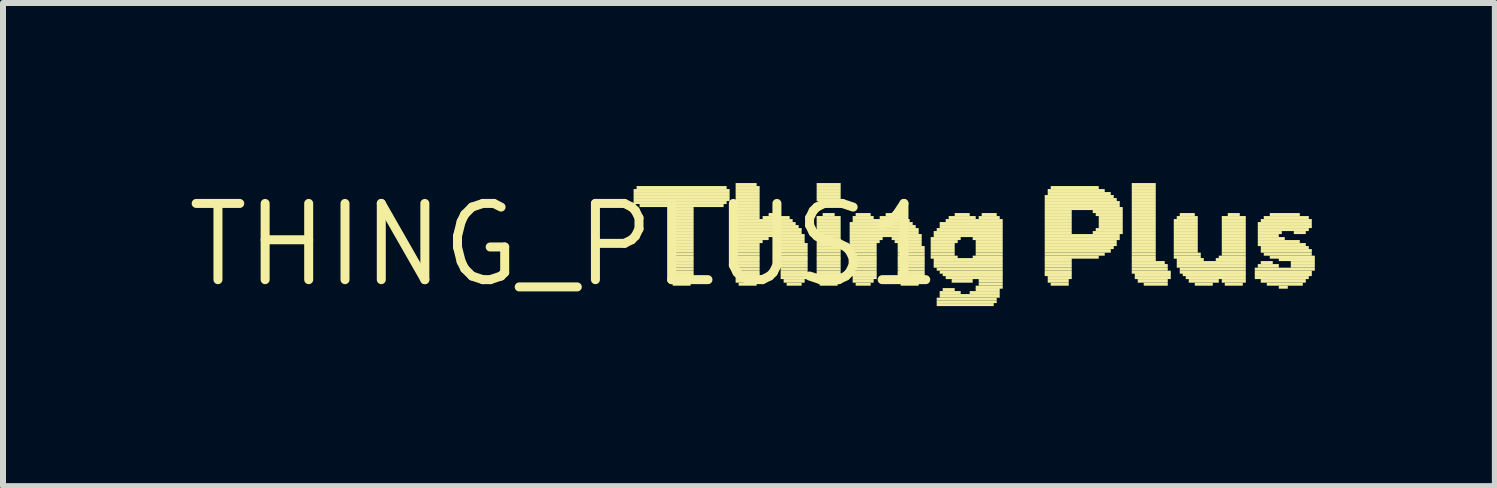
<source format=kicad_pcb>
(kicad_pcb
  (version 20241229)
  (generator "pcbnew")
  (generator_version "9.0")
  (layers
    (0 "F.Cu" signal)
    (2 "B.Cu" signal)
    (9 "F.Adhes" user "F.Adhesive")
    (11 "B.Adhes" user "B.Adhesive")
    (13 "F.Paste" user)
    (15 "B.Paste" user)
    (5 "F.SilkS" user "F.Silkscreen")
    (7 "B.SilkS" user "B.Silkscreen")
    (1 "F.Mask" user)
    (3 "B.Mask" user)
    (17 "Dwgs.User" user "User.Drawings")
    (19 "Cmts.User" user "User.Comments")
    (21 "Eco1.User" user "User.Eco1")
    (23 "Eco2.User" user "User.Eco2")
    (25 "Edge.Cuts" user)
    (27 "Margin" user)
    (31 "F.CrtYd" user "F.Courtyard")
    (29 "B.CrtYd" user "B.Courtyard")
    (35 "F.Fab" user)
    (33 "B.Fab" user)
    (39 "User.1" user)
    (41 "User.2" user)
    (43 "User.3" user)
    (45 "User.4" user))
  (footprint "THING_PLUS1"
    (layer "F.Cu")
    (at 6.357 1.03)
    (property "Reference" "THING_PLUS1" (at 0 0 0) (layer "F.SilkS") (effects (font (size 1.27 1.27) (thickness 0.15))))
    (fp_poly (pts (xy 1.15 -0.88) (xy 2.75 -0.88) (xy 2.75 -0.93) (xy 1.15 -0.93)) (stroke (width 0) (type default)) (fill yes) (layer "F.SilkS"))
    (fp_poly (pts (xy 1.15 -0.83) (xy 2.75 -0.83) (xy 2.75 -0.88) (xy 1.15 -0.88)) (stroke (width 0) (type default)) (fill yes) (layer "F.SilkS"))
    (fp_poly (pts (xy 1.15 -0.78) (xy 2.75 -0.78) (xy 2.75 -0.83) (xy 1.15 -0.83)) (stroke (width 0) (type default)) (fill yes) (layer "F.SilkS"))
    (fp_poly (pts (xy 1.15 -0.73) (xy 2.75 -0.73) (xy 2.75 -0.78) (xy 1.15 -0.78)) (stroke (width 0) (type default)) (fill yes) (layer "F.SilkS"))
    (fp_poly (pts (xy 1.15 -0.68) (xy 2.7 -0.68) (xy 2.7 -0.73) (xy 1.15 -0.73)) (stroke (width 0) (type default)) (fill yes) (layer "F.SilkS"))
    (fp_poly (pts (xy 1.2 -0.93) (xy 2.7 -0.93) (xy 2.7 -0.98) (xy 1.2 -0.98)) (stroke (width 0) (type default)) (fill yes) (layer "F.SilkS"))
    (fp_poly (pts (xy 1.25 -0.63) (xy 2.65 -0.63) (xy 2.65 -0.68) (xy 1.25 -0.68)) (stroke (width 0) (type default)) (fill yes) (layer "F.SilkS"))
    (fp_poly (pts (xy 1.75 -0.58) (xy 2.15 -0.58) (xy 2.15 -0.63) (xy 1.75 -0.63)) (stroke (width 0) (type default)) (fill yes) (layer "F.SilkS"))
    (fp_poly (pts (xy 1.75 -0.53) (xy 2.15 -0.53) (xy 2.15 -0.58) (xy 1.75 -0.58)) (stroke (width 0) (type default)) (fill yes) (layer "F.SilkS"))
    (fp_poly (pts (xy 1.75 -0.48) (xy 2.15 -0.48) (xy 2.15 -0.53) (xy 1.75 -0.53)) (stroke (width 0) (type default)) (fill yes) (layer "F.SilkS"))
    (fp_poly (pts (xy 1.75 -0.43) (xy 2.15 -0.43) (xy 2.15 -0.48) (xy 1.75 -0.48)) (stroke (width 0) (type default)) (fill yes) (layer "F.SilkS"))
    (fp_poly (pts (xy 1.75 -0.38) (xy 2.15 -0.38) (xy 2.15 -0.43) (xy 1.75 -0.43)) (stroke (width 0) (type default)) (fill yes) (layer "F.SilkS"))
    (fp_poly (pts (xy 1.75 -0.33) (xy 2.15 -0.33) (xy 2.15 -0.38) (xy 1.75 -0.38)) (stroke (width 0) (type default)) (fill yes) (layer "F.SilkS"))
    (fp_poly (pts (xy 1.75 -0.28) (xy 2.15 -0.28) (xy 2.15 -0.33) (xy 1.75 -0.33)) (stroke (width 0) (type default)) (fill yes) (layer "F.SilkS"))
    (fp_poly (pts (xy 1.75 -0.23) (xy 2.15 -0.23) (xy 2.15 -0.28) (xy 1.75 -0.28)) (stroke (width 0) (type default)) (fill yes) (layer "F.SilkS"))
    (fp_poly (pts (xy 1.75 -0.18) (xy 2.15 -0.18) (xy 2.15 -0.23) (xy 1.75 -0.23)) (stroke (width 0) (type default)) (fill yes) (layer "F.SilkS"))
    (fp_poly (pts (xy 1.75 -0.13) (xy 2.15 -0.13) (xy 2.15 -0.18) (xy 1.75 -0.18)) (stroke (width 0) (type default)) (fill yes) (layer "F.SilkS"))
    (fp_poly (pts (xy 1.75 -0.08) (xy 2.15 -0.08) (xy 2.15 -0.13) (xy 1.75 -0.13)) (stroke (width 0) (type default)) (fill yes) (layer "F.SilkS"))
    (fp_poly (pts (xy 1.75 -0.03) (xy 2.15 -0.03) (xy 2.15 -0.08) (xy 1.75 -0.08)) (stroke (width 0) (type default)) (fill yes) (layer "F.SilkS"))
    (fp_poly (pts (xy 1.75 0.02) (xy 2.15 0.02) (xy 2.15 -0.03) (xy 1.75 -0.03)) (stroke (width 0) (type default)) (fill yes) (layer "F.SilkS"))
    (fp_poly (pts (xy 1.75 0.07) (xy 2.15 0.07) (xy 2.15 0.02) (xy 1.75 0.02)) (stroke (width 0) (type default)) (fill yes) (layer "F.SilkS"))
    (fp_poly (pts (xy 1.75 0.13) (xy 2.15 0.13) (xy 2.15 0.07) (xy 1.75 0.07)) (stroke (width 0) (type default)) (fill yes) (layer "F.SilkS"))
    (fp_poly (pts (xy 1.75 0.18) (xy 2.15 0.18) (xy 2.15 0.13) (xy 1.75 0.13)) (stroke (width 0) (type default)) (fill yes) (layer "F.SilkS"))
    (fp_poly (pts (xy 1.75 0.23) (xy 2.15 0.23) (xy 2.15 0.18) (xy 1.75 0.18)) (stroke (width 0) (type default)) (fill yes) (layer "F.SilkS"))
    (fp_poly (pts (xy 1.75 0.27) (xy 2.15 0.27) (xy 2.15 0.22) (xy 1.75 0.22)) (stroke (width 0) (type default)) (fill yes) (layer "F.SilkS"))
    (fp_poly (pts (xy 1.75 0.32) (xy 2.15 0.32) (xy 2.15 0.27) (xy 1.75 0.27)) (stroke (width 0) (type default)) (fill yes) (layer "F.SilkS"))
    (fp_poly (pts (xy 1.75 0.38) (xy 2.15 0.38) (xy 2.15 0.32) (xy 1.75 0.32)) (stroke (width 0) (type default)) (fill yes) (layer "F.SilkS"))
    (fp_poly (pts (xy 1.75 0.43) (xy 2.15 0.43) (xy 2.15 0.38) (xy 1.75 0.38)) (stroke (width 0) (type default)) (fill yes) (layer "F.SilkS"))
    (fp_poly (pts (xy 1.75 0.48) (xy 2.15 0.48) (xy 2.15 0.43) (xy 1.75 0.43)) (stroke (width 0) (type default)) (fill yes) (layer "F.SilkS"))
    (fp_poly (pts (xy 1.75 0.52) (xy 2.15 0.52) (xy 2.15 0.47) (xy 1.75 0.47)) (stroke (width 0) (type default)) (fill yes) (layer "F.SilkS"))
    (fp_poly (pts (xy 1.75 0.57) (xy 2.15 0.57) (xy 2.15 0.52) (xy 1.75 0.52)) (stroke (width 0) (type default)) (fill yes) (layer "F.SilkS"))
    (fp_poly (pts (xy 1.75 0.63) (xy 2.15 0.63) (xy 2.15 0.57) (xy 1.75 0.57)) (stroke (width 0) (type default)) (fill yes) (layer "F.SilkS"))
    (fp_poly (pts (xy 1.8 0.68) (xy 2.1 0.68) (xy 2.1 0.63) (xy 1.8 0.63)) (stroke (width 0) (type default)) (fill yes) (layer "F.SilkS"))
    (fp_poly (pts (xy 2.85 -0.98) (xy 3.2 -0.98) (xy 3.2 -1.03) (xy 2.85 -1.03)) (stroke (width 0) (type default)) (fill yes) (layer "F.SilkS"))
    (fp_poly (pts (xy 2.85 -0.93) (xy 3.25 -0.93) (xy 3.25 -0.98) (xy 2.85 -0.98)) (stroke (width 0) (type default)) (fill yes) (layer "F.SilkS"))
    (fp_poly (pts (xy 2.85 -0.88) (xy 3.25 -0.88) (xy 3.25 -0.93) (xy 2.85 -0.93)) (stroke (width 0) (type default)) (fill yes) (layer "F.SilkS"))
    (fp_poly (pts (xy 2.85 -0.83) (xy 3.25 -0.83) (xy 3.25 -0.88) (xy 2.85 -0.88)) (stroke (width 0) (type default)) (fill yes) (layer "F.SilkS"))
    (fp_poly (pts (xy 2.85 -0.78) (xy 3.25 -0.78) (xy 3.25 -0.83) (xy 2.85 -0.83)) (stroke (width 0) (type default)) (fill yes) (layer "F.SilkS"))
    (fp_poly (pts (xy 2.85 -0.73) (xy 3.25 -0.73) (xy 3.25 -0.78) (xy 2.85 -0.78)) (stroke (width 0) (type default)) (fill yes) (layer "F.SilkS"))
    (fp_poly (pts (xy 2.85 -0.68) (xy 3.25 -0.68) (xy 3.25 -0.73) (xy 2.85 -0.73)) (stroke (width 0) (type default)) (fill yes) (layer "F.SilkS"))
    (fp_poly (pts (xy 2.85 -0.63) (xy 3.25 -0.63) (xy 3.25 -0.68) (xy 2.85 -0.68)) (stroke (width 0) (type default)) (fill yes) (layer "F.SilkS"))
    (fp_poly (pts (xy 2.85 -0.58) (xy 3.25 -0.58) (xy 3.25 -0.63) (xy 2.85 -0.63)) (stroke (width 0) (type default)) (fill yes) (layer "F.SilkS"))
    (fp_poly (pts (xy 2.85 -0.53) (xy 3.25 -0.53) (xy 3.25 -0.58) (xy 2.85 -0.58)) (stroke (width 0) (type default)) (fill yes) (layer "F.SilkS"))
    (fp_poly (pts (xy 2.85 -0.48) (xy 3.25 -0.48) (xy 3.25 -0.53) (xy 2.85 -0.53)) (stroke (width 0) (type default)) (fill yes) (layer "F.SilkS"))
    (fp_poly (pts (xy 2.85 -0.43) (xy 3.25 -0.43) (xy 3.25 -0.48) (xy 2.85 -0.48)) (stroke (width 0) (type default)) (fill yes) (layer "F.SilkS"))
    (fp_poly (pts (xy 2.85 -0.38) (xy 3.8 -0.38) (xy 3.8 -0.43) (xy 2.85 -0.43)) (stroke (width 0) (type default)) (fill yes) (layer "F.SilkS"))
    (fp_poly (pts (xy 2.85 -0.33) (xy 3.85 -0.33) (xy 3.85 -0.38) (xy 2.85 -0.38)) (stroke (width 0) (type default)) (fill yes) (layer "F.SilkS"))
    (fp_poly (pts (xy 2.85 -0.28) (xy 3.9 -0.28) (xy 3.9 -0.33) (xy 2.85 -0.33)) (stroke (width 0) (type default)) (fill yes) (layer "F.SilkS"))
    (fp_poly (pts (xy 2.85 -0.23) (xy 3.95 -0.23) (xy 3.95 -0.28) (xy 2.85 -0.28)) (stroke (width 0) (type default)) (fill yes) (layer "F.SilkS"))
    (fp_poly (pts (xy 2.85 -0.18) (xy 3.95 -0.18) (xy 3.95 -0.23) (xy 2.85 -0.23)) (stroke (width 0) (type default)) (fill yes) (layer "F.SilkS"))
    (fp_poly (pts (xy 2.85 -0.13) (xy 4 -0.13) (xy 4 -0.18) (xy 2.85 -0.18)) (stroke (width 0) (type default)) (fill yes) (layer "F.SilkS"))
    (fp_poly (pts (xy 2.85 -0.08) (xy 3.4 -0.08) (xy 3.4 -0.13) (xy 2.85 -0.13)) (stroke (width 0) (type default)) (fill yes) (layer "F.SilkS"))
    (fp_poly (pts (xy 2.85 -0.03) (xy 3.3 -0.03) (xy 3.3 -0.08) (xy 2.85 -0.08)) (stroke (width 0) (type default)) (fill yes) (layer "F.SilkS"))
    (fp_poly (pts (xy 2.85 0.02) (xy 3.25 0.02) (xy 3.25 -0.03) (xy 2.85 -0.03)) (stroke (width 0) (type default)) (fill yes) (layer "F.SilkS"))
    (fp_poly (pts (xy 2.85 0.07) (xy 3.25 0.07) (xy 3.25 0.02) (xy 2.85 0.02)) (stroke (width 0) (type default)) (fill yes) (layer "F.SilkS"))
    (fp_poly (pts (xy 2.85 0.13) (xy 3.25 0.13) (xy 3.25 0.07) (xy 2.85 0.07)) (stroke (width 0) (type default)) (fill yes) (layer "F.SilkS"))
    (fp_poly (pts (xy 2.85 0.18) (xy 3.25 0.18) (xy 3.25 0.13) (xy 2.85 0.13)) (stroke (width 0) (type default)) (fill yes) (layer "F.SilkS"))
    (fp_poly (pts (xy 2.85 0.23) (xy 3.25 0.23) (xy 3.25 0.18) (xy 2.85 0.18)) (stroke (width 0) (type default)) (fill yes) (layer "F.SilkS"))
    (fp_poly (pts (xy 2.85 0.27) (xy 3.25 0.27) (xy 3.25 0.22) (xy 2.85 0.22)) (stroke (width 0) (type default)) (fill yes) (layer "F.SilkS"))
    (fp_poly (pts (xy 2.85 0.32) (xy 3.25 0.32) (xy 3.25 0.27) (xy 2.85 0.27)) (stroke (width 0) (type default)) (fill yes) (layer "F.SilkS"))
    (fp_poly (pts (xy 2.85 0.38) (xy 3.25 0.38) (xy 3.25 0.32) (xy 2.85 0.32)) (stroke (width 0) (type default)) (fill yes) (layer "F.SilkS"))
    (fp_poly (pts (xy 2.85 0.43) (xy 3.25 0.43) (xy 3.25 0.38) (xy 2.85 0.38)) (stroke (width 0) (type default)) (fill yes) (layer "F.SilkS"))
    (fp_poly (pts (xy 2.85 0.48) (xy 3.25 0.48) (xy 3.25 0.43) (xy 2.85 0.43)) (stroke (width 0) (type default)) (fill yes) (layer "F.SilkS"))
    (fp_poly (pts (xy 2.85 0.52) (xy 3.25 0.52) (xy 3.25 0.47) (xy 2.85 0.47)) (stroke (width 0) (type default)) (fill yes) (layer "F.SilkS"))
    (fp_poly (pts (xy 2.85 0.57) (xy 3.25 0.57) (xy 3.25 0.52) (xy 2.85 0.52)) (stroke (width 0) (type default)) (fill yes) (layer "F.SilkS"))
    (fp_poly (pts (xy 2.85 0.63) (xy 3.25 0.63) (xy 3.25 0.57) (xy 2.85 0.57)) (stroke (width 0) (type default)) (fill yes) (layer "F.SilkS"))
    (fp_poly (pts (xy 2.9 0.68) (xy 3.2 0.68) (xy 3.2 0.63) (xy 2.9 0.63)) (stroke (width 0) (type default)) (fill yes) (layer "F.SilkS"))
    (fp_poly (pts (xy 3.3 -0.43) (xy 3.75 -0.43) (xy 3.75 -0.48) (xy 3.3 -0.48)) (stroke (width 0) (type default)) (fill yes) (layer "F.SilkS"))
    (fp_poly (pts (xy 3.4 -0.48) (xy 3.6 -0.48) (xy 3.6 -0.53) (xy 3.4 -0.53)) (stroke (width 0) (type default)) (fill yes) (layer "F.SilkS"))
    (fp_poly (pts (xy 3.5 -0.08) (xy 4 -0.08) (xy 4 -0.13) (xy 3.5 -0.13)) (stroke (width 0) (type default)) (fill yes) (layer "F.SilkS"))
    (fp_poly (pts (xy 3.55 -0.03) (xy 4 -0.03) (xy 4 -0.08) (xy 3.55 -0.08)) (stroke (width 0) (type default)) (fill yes) (layer "F.SilkS"))
    (fp_poly (pts (xy 3.6 0.02) (xy 4.05 0.02) (xy 4.05 -0.03) (xy 3.6 -0.03)) (stroke (width 0) (type default)) (fill yes) (layer "F.SilkS"))
    (fp_poly (pts (xy 3.6 0.07) (xy 4.05 0.07) (xy 4.05 0.02) (xy 3.6 0.02)) (stroke (width 0) (type default)) (fill yes) (layer "F.SilkS"))
    (fp_poly (pts (xy 3.6 0.13) (xy 4.05 0.13) (xy 4.05 0.07) (xy 3.6 0.07)) (stroke (width 0) (type default)) (fill yes) (layer "F.SilkS"))
    (fp_poly (pts (xy 3.6 0.18) (xy 4.05 0.18) (xy 4.05 0.13) (xy 3.6 0.13)) (stroke (width 0) (type default)) (fill yes) (layer "F.SilkS"))
    (fp_poly (pts (xy 3.6 0.23) (xy 4.05 0.23) (xy 4.05 0.18) (xy 3.6 0.18)) (stroke (width 0) (type default)) (fill yes) (layer "F.SilkS"))
    (fp_poly (pts (xy 3.6 0.27) (xy 4.05 0.27) (xy 4.05 0.22) (xy 3.6 0.22)) (stroke (width 0) (type default)) (fill yes) (layer "F.SilkS"))
    (fp_poly (pts (xy 3.6 0.32) (xy 4.05 0.32) (xy 4.05 0.27) (xy 3.6 0.27)) (stroke (width 0) (type default)) (fill yes) (layer "F.SilkS"))
    (fp_poly (pts (xy 3.6 0.38) (xy 4.05 0.38) (xy 4.05 0.32) (xy 3.6 0.32)) (stroke (width 0) (type default)) (fill yes) (layer "F.SilkS"))
    (fp_poly (pts (xy 3.6 0.43) (xy 4.05 0.43) (xy 4.05 0.38) (xy 3.6 0.38)) (stroke (width 0) (type default)) (fill yes) (layer "F.SilkS"))
    (fp_poly (pts (xy 3.6 0.48) (xy 4.05 0.48) (xy 4.05 0.43) (xy 3.6 0.43)) (stroke (width 0) (type default)) (fill yes) (layer "F.SilkS"))
    (fp_poly (pts (xy 3.6 0.52) (xy 4.05 0.52) (xy 4.05 0.47) (xy 3.6 0.47)) (stroke (width 0) (type default)) (fill yes) (layer "F.SilkS"))
    (fp_poly (pts (xy 3.6 0.57) (xy 4.05 0.57) (xy 4.05 0.52) (xy 3.6 0.52)) (stroke (width 0) (type default)) (fill yes) (layer "F.SilkS"))
    (fp_poly (pts (xy 3.65 0.63) (xy 4 0.63) (xy 4 0.57) (xy 3.65 0.57)) (stroke (width 0) (type default)) (fill yes) (layer "F.SilkS"))
    (fp_poly (pts (xy 3.7 0.68) (xy 3.95 0.68) (xy 3.95 0.63) (xy 3.7 0.63)) (stroke (width 0) (type default)) (fill yes) (layer "F.SilkS"))
    (fp_poly (pts (xy 4.2 -0.98) (xy 4.6 -0.98) (xy 4.6 -1.03) (xy 4.2 -1.03)) (stroke (width 0) (type default)) (fill yes) (layer "F.SilkS"))
    (fp_poly (pts (xy 4.2 -0.93) (xy 4.6 -0.93) (xy 4.6 -0.98) (xy 4.2 -0.98)) (stroke (width 0) (type default)) (fill yes) (layer "F.SilkS"))
    (fp_poly (pts (xy 4.2 -0.88) (xy 4.6 -0.88) (xy 4.6 -0.93) (xy 4.2 -0.93)) (stroke (width 0) (type default)) (fill yes) (layer "F.SilkS"))
    (fp_poly (pts (xy 4.2 -0.83) (xy 4.6 -0.83) (xy 4.6 -0.88) (xy 4.2 -0.88)) (stroke (width 0) (type default)) (fill yes) (layer "F.SilkS"))
    (fp_poly (pts (xy 4.2 -0.78) (xy 4.6 -0.78) (xy 4.6 -0.83) (xy 4.2 -0.83)) (stroke (width 0) (type default)) (fill yes) (layer "F.SilkS"))
    (fp_poly (pts (xy 4.2 -0.73) (xy 4.6 -0.73) (xy 4.6 -0.78) (xy 4.2 -0.78)) (stroke (width 0) (type default)) (fill yes) (layer "F.SilkS"))
    (fp_poly (pts (xy 4.2 -0.43) (xy 4.6 -0.43) (xy 4.6 -0.48) (xy 4.2 -0.48)) (stroke (width 0) (type default)) (fill yes) (layer "F.SilkS"))
    (fp_poly (pts (xy 4.2 -0.38) (xy 4.6 -0.38) (xy 4.6 -0.43) (xy 4.2 -0.43)) (stroke (width 0) (type default)) (fill yes) (layer "F.SilkS"))
    (fp_poly (pts (xy 4.2 -0.33) (xy 4.6 -0.33) (xy 4.6 -0.38) (xy 4.2 -0.38)) (stroke (width 0) (type default)) (fill yes) (layer "F.SilkS"))
    (fp_poly (pts (xy 4.2 -0.28) (xy 4.6 -0.28) (xy 4.6 -0.33) (xy 4.2 -0.33)) (stroke (width 0) (type default)) (fill yes) (layer "F.SilkS"))
    (fp_poly (pts (xy 4.2 -0.23) (xy 4.6 -0.23) (xy 4.6 -0.28) (xy 4.2 -0.28)) (stroke (width 0) (type default)) (fill yes) (layer "F.SilkS"))
    (fp_poly (pts (xy 4.2 -0.18) (xy 4.6 -0.18) (xy 4.6 -0.23) (xy 4.2 -0.23)) (stroke (width 0) (type default)) (fill yes) (layer "F.SilkS"))
    (fp_poly (pts (xy 4.2 -0.13) (xy 4.6 -0.13) (xy 4.6 -0.18) (xy 4.2 -0.18)) (stroke (width 0) (type default)) (fill yes) (layer "F.SilkS"))
    (fp_poly (pts (xy 4.2 -0.08) (xy 4.6 -0.08) (xy 4.6 -0.13) (xy 4.2 -0.13)) (stroke (width 0) (type default)) (fill yes) (layer "F.SilkS"))
    (fp_poly (pts (xy 4.2 -0.03) (xy 4.6 -0.03) (xy 4.6 -0.08) (xy 4.2 -0.08)) (stroke (width 0) (type default)) (fill yes) (layer "F.SilkS"))
    (fp_poly (pts (xy 4.2 0.02) (xy 4.6 0.02) (xy 4.6 -0.03) (xy 4.2 -0.03)) (stroke (width 0) (type default)) (fill yes) (layer "F.SilkS"))
    (fp_poly (pts (xy 4.2 0.07) (xy 4.6 0.07) (xy 4.6 0.02) (xy 4.2 0.02)) (stroke (width 0) (type default)) (fill yes) (layer "F.SilkS"))
    (fp_poly (pts (xy 4.2 0.13) (xy 4.6 0.13) (xy 4.6 0.07) (xy 4.2 0.07)) (stroke (width 0) (type default)) (fill yes) (layer "F.SilkS"))
    (fp_poly (pts (xy 4.2 0.18) (xy 4.6 0.18) (xy 4.6 0.13) (xy 4.2 0.13)) (stroke (width 0) (type default)) (fill yes) (layer "F.SilkS"))
    (fp_poly (pts (xy 4.2 0.23) (xy 4.6 0.23) (xy 4.6 0.18) (xy 4.2 0.18)) (stroke (width 0) (type default)) (fill yes) (layer "F.SilkS"))
    (fp_poly (pts (xy 4.2 0.27) (xy 4.6 0.27) (xy 4.6 0.22) (xy 4.2 0.22)) (stroke (width 0) (type default)) (fill yes) (layer "F.SilkS"))
    (fp_poly (pts (xy 4.2 0.32) (xy 4.6 0.32) (xy 4.6 0.27) (xy 4.2 0.27)) (stroke (width 0) (type default)) (fill yes) (layer "F.SilkS"))
    (fp_poly (pts (xy 4.2 0.38) (xy 4.6 0.38) (xy 4.6 0.32) (xy 4.2 0.32)) (stroke (width 0) (type default)) (fill yes) (layer "F.SilkS"))
    (fp_poly (pts (xy 4.2 0.43) (xy 4.6 0.43) (xy 4.6 0.38) (xy 4.2 0.38)) (stroke (width 0) (type default)) (fill yes) (layer "F.SilkS"))
    (fp_poly (pts (xy 4.2 0.48) (xy 4.6 0.48) (xy 4.6 0.43) (xy 4.2 0.43)) (stroke (width 0) (type default)) (fill yes) (layer "F.SilkS"))
    (fp_poly (pts (xy 4.2 0.52) (xy 4.6 0.52) (xy 4.6 0.47) (xy 4.2 0.47)) (stroke (width 0) (type default)) (fill yes) (layer "F.SilkS"))
    (fp_poly (pts (xy 4.2 0.57) (xy 4.6 0.57) (xy 4.6 0.52) (xy 4.2 0.52)) (stroke (width 0) (type default)) (fill yes) (layer "F.SilkS"))
    (fp_poly (pts (xy 4.2 0.63) (xy 4.6 0.63) (xy 4.6 0.57) (xy 4.2 0.57)) (stroke (width 0) (type default)) (fill yes) (layer "F.SilkS"))
    (fp_poly (pts (xy 4.25 -0.68) (xy 4.55 -0.68) (xy 4.55 -0.73) (xy 4.25 -0.73)) (stroke (width 0) (type default)) (fill yes) (layer "F.SilkS"))
    (fp_poly (pts (xy 4.25 0.68) (xy 4.55 0.68) (xy 4.55 0.63) (xy 4.25 0.63)) (stroke (width 0) (type default)) (fill yes) (layer "F.SilkS"))
    (fp_poly (pts (xy 4.3 -0.48) (xy 4.5 -0.48) (xy 4.5 -0.53) (xy 4.3 -0.53)) (stroke (width 0) (type default)) (fill yes) (layer "F.SilkS"))
    (fp_poly (pts (xy 4.75 -0.33) (xy 5.8 -0.33) (xy 5.8 -0.38) (xy 4.75 -0.38)) (stroke (width 0) (type default)) (fill yes) (layer "F.SilkS"))
    (fp_poly (pts (xy 4.75 -0.28) (xy 5.85 -0.28) (xy 5.85 -0.33) (xy 4.75 -0.33)) (stroke (width 0) (type default)) (fill yes) (layer "F.SilkS"))
    (fp_poly (pts (xy 4.75 -0.23) (xy 5.9 -0.23) (xy 5.9 -0.28) (xy 4.75 -0.28)) (stroke (width 0) (type default)) (fill yes) (layer "F.SilkS"))
    (fp_poly (pts (xy 4.75 -0.18) (xy 5.9 -0.18) (xy 5.9 -0.23) (xy 4.75 -0.23)) (stroke (width 0) (type default)) (fill yes) (layer "F.SilkS"))
    (fp_poly (pts (xy 4.75 -0.13) (xy 5.95 -0.13) (xy 5.95 -0.18) (xy 4.75 -0.18)) (stroke (width 0) (type default)) (fill yes) (layer "F.SilkS"))
    (fp_poly (pts (xy 4.75 -0.08) (xy 5.3 -0.08) (xy 5.3 -0.13) (xy 4.75 -0.13)) (stroke (width 0) (type default)) (fill yes) (layer "F.SilkS"))
    (fp_poly (pts (xy 4.75 -0.03) (xy 5.25 -0.03) (xy 5.25 -0.08) (xy 4.75 -0.08)) (stroke (width 0) (type default)) (fill yes) (layer "F.SilkS"))
    (fp_poly (pts (xy 4.75 0.02) (xy 5.2 0.02) (xy 5.2 -0.03) (xy 4.75 -0.03)) (stroke (width 0) (type default)) (fill yes) (layer "F.SilkS"))
    (fp_poly (pts (xy 4.75 0.07) (xy 5.2 0.07) (xy 5.2 0.02) (xy 4.75 0.02)) (stroke (width 0) (type default)) (fill yes) (layer "F.SilkS"))
    (fp_poly (pts (xy 4.75 0.13) (xy 5.2 0.13) (xy 5.2 0.07) (xy 4.75 0.07)) (stroke (width 0) (type default)) (fill yes) (layer "F.SilkS"))
    (fp_poly (pts (xy 4.75 0.18) (xy 5.2 0.18) (xy 5.2 0.13) (xy 4.75 0.13)) (stroke (width 0) (type default)) (fill yes) (layer "F.SilkS"))
    (fp_poly (pts (xy 4.75 0.23) (xy 5.2 0.23) (xy 5.2 0.18) (xy 4.75 0.18)) (stroke (width 0) (type default)) (fill yes) (layer "F.SilkS"))
    (fp_poly (pts (xy 4.75 0.27) (xy 5.2 0.27) (xy 5.2 0.22) (xy 4.75 0.22)) (stroke (width 0) (type default)) (fill yes) (layer "F.SilkS"))
    (fp_poly (pts (xy 4.75 0.32) (xy 5.2 0.32) (xy 5.2 0.27) (xy 4.75 0.27)) (stroke (width 0) (type default)) (fill yes) (layer "F.SilkS"))
    (fp_poly (pts (xy 4.75 0.38) (xy 5.2 0.38) (xy 5.2 0.32) (xy 4.75 0.32)) (stroke (width 0) (type default)) (fill yes) (layer "F.SilkS"))
    (fp_poly (pts (xy 4.75 0.43) (xy 5.2 0.43) (xy 5.2 0.38) (xy 4.75 0.38)) (stroke (width 0) (type default)) (fill yes) (layer "F.SilkS"))
    (fp_poly (pts (xy 4.75 0.48) (xy 5.2 0.48) (xy 5.2 0.43) (xy 4.75 0.43)) (stroke (width 0) (type default)) (fill yes) (layer "F.SilkS"))
    (fp_poly (pts (xy 4.75 0.52) (xy 5.2 0.52) (xy 5.2 0.47) (xy 4.75 0.47)) (stroke (width 0) (type default)) (fill yes) (layer "F.SilkS"))
    (fp_poly (pts (xy 4.8 -0.43) (xy 5.15 -0.43) (xy 5.15 -0.48) (xy 4.8 -0.48)) (stroke (width 0) (type default)) (fill yes) (layer "F.SilkS"))
    (fp_poly (pts (xy 4.8 -0.38) (xy 5.75 -0.38) (xy 5.75 -0.43) (xy 4.8 -0.43)) (stroke (width 0) (type default)) (fill yes) (layer "F.SilkS"))
    (fp_poly (pts (xy 4.8 0.57) (xy 5.2 0.57) (xy 5.2 0.52) (xy 4.8 0.52)) (stroke (width 0) (type default)) (fill yes) (layer "F.SilkS"))
    (fp_poly (pts (xy 4.8 0.63) (xy 5.15 0.63) (xy 5.15 0.57) (xy 4.8 0.57)) (stroke (width 0) (type default)) (fill yes) (layer "F.SilkS"))
    (fp_poly (pts (xy 4.85 -0.48) (xy 5.1 -0.48) (xy 5.1 -0.53) (xy 4.85 -0.53)) (stroke (width 0) (type default)) (fill yes) (layer "F.SilkS"))
    (fp_poly (pts (xy 4.85 0.68) (xy 5.1 0.68) (xy 5.1 0.63) (xy 4.85 0.63)) (stroke (width 0) (type default)) (fill yes) (layer "F.SilkS"))
    (fp_poly (pts (xy 5.25 -0.43) (xy 5.7 -0.43) (xy 5.7 -0.48) (xy 5.25 -0.48)) (stroke (width 0) (type default)) (fill yes) (layer "F.SilkS"))
    (fp_poly (pts (xy 5.35 -0.48) (xy 5.6 -0.48) (xy 5.6 -0.53) (xy 5.35 -0.53)) (stroke (width 0) (type default)) (fill yes) (layer "F.SilkS"))
    (fp_poly (pts (xy 5.45 -0.08) (xy 5.95 -0.08) (xy 5.95 -0.13) (xy 5.45 -0.13)) (stroke (width 0) (type default)) (fill yes) (layer "F.SilkS"))
    (fp_poly (pts (xy 5.5 -0.03) (xy 5.95 -0.03) (xy 5.95 -0.08) (xy 5.5 -0.08)) (stroke (width 0) (type default)) (fill yes) (layer "F.SilkS"))
    (fp_poly (pts (xy 5.55 0.02) (xy 5.95 0.02) (xy 5.95 -0.03) (xy 5.55 -0.03)) (stroke (width 0) (type default)) (fill yes) (layer "F.SilkS"))
    (fp_poly (pts (xy 5.55 0.07) (xy 6 0.07) (xy 6 0.02) (xy 5.55 0.02)) (stroke (width 0) (type default)) (fill yes) (layer "F.SilkS"))
    (fp_poly (pts (xy 5.55 0.13) (xy 6 0.13) (xy 6 0.07) (xy 5.55 0.07)) (stroke (width 0) (type default)) (fill yes) (layer "F.SilkS"))
    (fp_poly (pts (xy 5.55 0.18) (xy 6 0.18) (xy 6 0.13) (xy 5.55 0.13)) (stroke (width 0) (type default)) (fill yes) (layer "F.SilkS"))
    (fp_poly (pts (xy 5.55 0.23) (xy 6 0.23) (xy 6 0.18) (xy 5.55 0.18)) (stroke (width 0) (type default)) (fill yes) (layer "F.SilkS"))
    (fp_poly (pts (xy 5.55 0.27) (xy 6 0.27) (xy 6 0.22) (xy 5.55 0.22)) (stroke (width 0) (type default)) (fill yes) (layer "F.SilkS"))
    (fp_poly (pts (xy 5.55 0.32) (xy 6 0.32) (xy 6 0.27) (xy 5.55 0.27)) (stroke (width 0) (type default)) (fill yes) (layer "F.SilkS"))
    (fp_poly (pts (xy 5.55 0.38) (xy 6 0.38) (xy 6 0.32) (xy 5.55 0.32)) (stroke (width 0) (type default)) (fill yes) (layer "F.SilkS"))
    (fp_poly (pts (xy 5.55 0.43) (xy 6 0.43) (xy 6 0.38) (xy 5.55 0.38)) (stroke (width 0) (type default)) (fill yes) (layer "F.SilkS"))
    (fp_poly (pts (xy 5.55 0.48) (xy 6 0.48) (xy 6 0.43) (xy 5.55 0.43)) (stroke (width 0) (type default)) (fill yes) (layer "F.SilkS"))
    (fp_poly (pts (xy 5.55 0.52) (xy 6 0.52) (xy 6 0.47) (xy 5.55 0.47)) (stroke (width 0) (type default)) (fill yes) (layer "F.SilkS"))
    (fp_poly (pts (xy 5.55 0.57) (xy 5.95 0.57) (xy 5.95 0.52) (xy 5.55 0.52)) (stroke (width 0) (type default)) (fill yes) (layer "F.SilkS"))
    (fp_poly (pts (xy 5.6 0.63) (xy 5.95 0.63) (xy 5.95 0.57) (xy 5.6 0.57)) (stroke (width 0) (type default)) (fill yes) (layer "F.SilkS"))
    (fp_poly (pts (xy 5.6 0.68) (xy 5.9 0.68) (xy 5.9 0.63) (xy 5.6 0.63)) (stroke (width 0) (type default)) (fill yes) (layer "F.SilkS"))
    (fp_poly (pts (xy 6.1 -0.08) (xy 6.6 -0.08) (xy 6.6 -0.13) (xy 6.1 -0.13)) (stroke (width 0) (type default)) (fill yes) (layer "F.SilkS"))
    (fp_poly (pts (xy 6.1 -0.03) (xy 6.55 -0.03) (xy 6.55 -0.08) (xy 6.1 -0.08)) (stroke (width 0) (type default)) (fill yes) (layer "F.SilkS"))
    (fp_poly (pts (xy 6.1 0.02) (xy 6.5 0.02) (xy 6.5 -0.03) (xy 6.1 -0.03)) (stroke (width 0) (type default)) (fill yes) (layer "F.SilkS"))
    (fp_poly (pts (xy 6.1 0.07) (xy 6.5 0.07) (xy 6.5 0.02) (xy 6.1 0.02)) (stroke (width 0) (type default)) (fill yes) (layer "F.SilkS"))
    (fp_poly (pts (xy 6.1 0.13) (xy 6.5 0.13) (xy 6.5 0.07) (xy 6.1 0.07)) (stroke (width 0) (type default)) (fill yes) (layer "F.SilkS"))
    (fp_poly (pts (xy 6.1 0.18) (xy 6.5 0.18) (xy 6.5 0.13) (xy 6.1 0.13)) (stroke (width 0) (type default)) (fill yes) (layer "F.SilkS"))
    (fp_poly (pts (xy 6.1 0.23) (xy 6.55 0.23) (xy 6.55 0.18) (xy 6.1 0.18)) (stroke (width 0) (type default)) (fill yes) (layer "F.SilkS"))
    (fp_poly (pts (xy 6.15 -0.18) (xy 7.3 -0.18) (xy 7.3 -0.23) (xy 6.15 -0.23)) (stroke (width 0) (type default)) (fill yes) (layer "F.SilkS"))
    (fp_poly (pts (xy 6.15 -0.13) (xy 7.3 -0.13) (xy 7.3 -0.18) (xy 6.15 -0.18)) (stroke (width 0) (type default)) (fill yes) (layer "F.SilkS"))
    (fp_poly (pts (xy 6.15 0.27) (xy 7.3 0.27) (xy 7.3 0.22) (xy 6.15 0.22)) (stroke (width 0) (type default)) (fill yes) (layer "F.SilkS"))
    (fp_poly (pts (xy 6.15 0.32) (xy 7.3 0.32) (xy 7.3 0.27) (xy 6.15 0.27)) (stroke (width 0) (type default)) (fill yes) (layer "F.SilkS"))
    (fp_poly (pts (xy 6.15 0.38) (xy 7.3 0.38) (xy 7.3 0.32) (xy 6.15 0.32)) (stroke (width 0) (type default)) (fill yes) (layer "F.SilkS"))
    (fp_poly (pts (xy 6.2 -0.23) (xy 7.3 -0.23) (xy 7.3 -0.28) (xy 6.2 -0.28)) (stroke (width 0) (type default)) (fill yes) (layer "F.SilkS"))
    (fp_poly (pts (xy 6.2 0.43) (xy 7.3 0.43) (xy 7.3 0.38) (xy 6.2 0.38)) (stroke (width 0) (type default)) (fill yes) (layer "F.SilkS"))
    (fp_poly (pts (xy 6.2 0.93) (xy 7.2 0.93) (xy 7.2 0.88) (xy 6.2 0.88)) (stroke (width 0) (type default)) (fill yes) (layer "F.SilkS"))
    (fp_poly (pts (xy 6.2 0.97) (xy 7.2 0.97) (xy 7.2 0.93) (xy 6.2 0.93)) (stroke (width 0) (type default)) (fill yes) (layer "F.SilkS"))
    (fp_poly (pts (xy 6.2 1.02) (xy 7.15 1.02) (xy 7.15 0.97) (xy 6.2 0.97)) (stroke (width 0) (type default)) (fill yes) (layer "F.SilkS"))
    (fp_poly (pts (xy 6.25 -0.33) (xy 7.3 -0.33) (xy 7.3 -0.38) (xy 6.25 -0.38)) (stroke (width 0) (type default)) (fill yes) (layer "F.SilkS"))
    (fp_poly (pts (xy 6.25 -0.28) (xy 7.3 -0.28) (xy 7.3 -0.33) (xy 6.25 -0.33)) (stroke (width 0) (type default)) (fill yes) (layer "F.SilkS"))
    (fp_poly (pts (xy 6.25 0.48) (xy 7.3 0.48) (xy 7.3 0.43) (xy 6.25 0.43)) (stroke (width 0) (type default)) (fill yes) (layer "F.SilkS"))
    (fp_poly (pts (xy 6.25 0.82) (xy 6.6 0.82) (xy 6.6 0.77) (xy 6.25 0.77)) (stroke (width 0) (type default)) (fill yes) (layer "F.SilkS"))
    (fp_poly (pts (xy 6.25 0.88) (xy 7.25 0.88) (xy 7.25 0.82) (xy 6.25 0.82)) (stroke (width 0) (type default)) (fill yes) (layer "F.SilkS"))
    (fp_poly (pts (xy 6.3 0.52) (xy 7.3 0.52) (xy 7.3 0.47) (xy 6.3 0.47)) (stroke (width 0) (type default)) (fill yes) (layer "F.SilkS"))
    (fp_poly (pts (xy 6.3 0.77) (xy 6.5 0.77) (xy 6.5 0.72) (xy 6.3 0.72)) (stroke (width 0) (type default)) (fill yes) (layer "F.SilkS"))
    (fp_poly (pts (xy 6.35 -0.38) (xy 7.3 -0.38) (xy 7.3 -0.43) (xy 6.35 -0.43)) (stroke (width 0) (type default)) (fill yes) (layer "F.SilkS"))
    (fp_poly (pts (xy 6.35 0.57) (xy 7.3 0.57) (xy 7.3 0.52) (xy 6.35 0.52)) (stroke (width 0) (type default)) (fill yes) (layer "F.SilkS"))
    (fp_poly (pts (xy 6.4 -0.43) (xy 6.85 -0.43) (xy 6.85 -0.48) (xy 6.4 -0.48)) (stroke (width 0) (type default)) (fill yes) (layer "F.SilkS"))
    (fp_poly (pts (xy 6.45 0.63) (xy 6.8 0.63) (xy 6.8 0.57) (xy 6.45 0.57)) (stroke (width 0) (type default)) (fill yes) (layer "F.SilkS"))
    (fp_poly (pts (xy 6.5 -0.48) (xy 6.75 -0.48) (xy 6.75 -0.53) (xy 6.5 -0.53)) (stroke (width 0) (type default)) (fill yes) (layer "F.SilkS"))
    (fp_poly (pts (xy 6.75 0.82) (xy 7.25 0.82) (xy 7.25 0.77) (xy 6.75 0.77)) (stroke (width 0) (type default)) (fill yes) (layer "F.SilkS"))
    (fp_poly (pts (xy 6.8 -0.08) (xy 7.3 -0.08) (xy 7.3 -0.13) (xy 6.8 -0.13)) (stroke (width 0) (type default)) (fill yes) (layer "F.SilkS"))
    (fp_poly (pts (xy 6.8 0.23) (xy 7.3 0.23) (xy 7.3 0.18) (xy 6.8 0.18)) (stroke (width 0) (type default)) (fill yes) (layer "F.SilkS"))
    (fp_poly (pts (xy 6.85 -0.03) (xy 7.3 -0.03) (xy 7.3 -0.08) (xy 6.85 -0.08)) (stroke (width 0) (type default)) (fill yes) (layer "F.SilkS"))
    (fp_poly (pts (xy 6.85 0.02) (xy 7.3 0.02) (xy 7.3 -0.03) (xy 6.85 -0.03)) (stroke (width 0) (type default)) (fill yes) (layer "F.SilkS"))
    (fp_poly (pts (xy 6.85 0.07) (xy 7.3 0.07) (xy 7.3 0.02) (xy 6.85 0.02)) (stroke (width 0) (type default)) (fill yes) (layer "F.SilkS"))
    (fp_poly (pts (xy 6.85 0.13) (xy 7.3 0.13) (xy 7.3 0.07) (xy 6.85 0.07)) (stroke (width 0) (type default)) (fill yes) (layer "F.SilkS"))
    (fp_poly (pts (xy 6.85 0.18) (xy 7.3 0.18) (xy 7.3 0.13) (xy 6.85 0.13)) (stroke (width 0) (type default)) (fill yes) (layer "F.SilkS"))
    (fp_poly (pts (xy 6.85 0.73) (xy 7.3 0.73) (xy 7.3 0.68) (xy 6.85 0.68)) (stroke (width 0) (type default)) (fill yes) (layer "F.SilkS"))
    (fp_poly (pts (xy 6.85 0.77) (xy 7.25 0.77) (xy 7.25 0.72) (xy 6.85 0.72)) (stroke (width 0) (type default)) (fill yes) (layer "F.SilkS"))
    (fp_poly (pts (xy 6.9 -0.43) (xy 7.25 -0.43) (xy 7.25 -0.48) (xy 6.9 -0.48)) (stroke (width 0) (type default)) (fill yes) (layer "F.SilkS"))
    (fp_poly (pts (xy 6.9 0.63) (xy 7.3 0.63) (xy 7.3 0.57) (xy 6.9 0.57)) (stroke (width 0) (type default)) (fill yes) (layer "F.SilkS"))
    (fp_poly (pts (xy 6.9 0.68) (xy 7.3 0.68) (xy 7.3 0.63) (xy 6.9 0.63)) (stroke (width 0) (type default)) (fill yes) (layer "F.SilkS"))
    (fp_poly (pts (xy 6.95 -0.48) (xy 7.2 -0.48) (xy 7.2 -0.53) (xy 6.95 -0.53)) (stroke (width 0) (type default)) (fill yes) (layer "F.SilkS"))
    (fp_poly (pts (xy 8 -0.78) (xy 9.15 -0.78) (xy 9.15 -0.83) (xy 8 -0.83)) (stroke (width 0) (type default)) (fill yes) (layer "F.SilkS"))
    (fp_poly (pts (xy 8 -0.73) (xy 9.2 -0.73) (xy 9.2 -0.78) (xy 8 -0.78)) (stroke (width 0) (type default)) (fill yes) (layer "F.SilkS"))
    (fp_poly (pts (xy 8 -0.68) (xy 9.25 -0.68) (xy 9.25 -0.73) (xy 8 -0.73)) (stroke (width 0) (type default)) (fill yes) (layer "F.SilkS"))
    (fp_poly (pts (xy 8 -0.63) (xy 9.25 -0.63) (xy 9.25 -0.68) (xy 8 -0.68)) (stroke (width 0) (type default)) (fill yes) (layer "F.SilkS"))
    (fp_poly (pts (xy 8 -0.58) (xy 9.3 -0.58) (xy 9.3 -0.63) (xy 8 -0.63)) (stroke (width 0) (type default)) (fill yes) (layer "F.SilkS"))
    (fp_poly (pts (xy 8 -0.53) (xy 8.45 -0.53) (xy 8.45 -0.58) (xy 8 -0.58)) (stroke (width 0) (type default)) (fill yes) (layer "F.SilkS"))
    (fp_poly (pts (xy 8 -0.48) (xy 8.45 -0.48) (xy 8.45 -0.53) (xy 8 -0.53)) (stroke (width 0) (type default)) (fill yes) (layer "F.SilkS"))
    (fp_poly (pts (xy 8 -0.43) (xy 8.45 -0.43) (xy 8.45 -0.48) (xy 8 -0.48)) (stroke (width 0) (type default)) (fill yes) (layer "F.SilkS"))
    (fp_poly (pts (xy 8 -0.38) (xy 8.45 -0.38) (xy 8.45 -0.43) (xy 8 -0.43)) (stroke (width 0) (type default)) (fill yes) (layer "F.SilkS"))
    (fp_poly (pts (xy 8 -0.33) (xy 8.45 -0.33) (xy 8.45 -0.38) (xy 8 -0.38)) (stroke (width 0) (type default)) (fill yes) (layer "F.SilkS"))
    (fp_poly (pts (xy 8 -0.28) (xy 8.45 -0.28) (xy 8.45 -0.33) (xy 8 -0.33)) (stroke (width 0) (type default)) (fill yes) (layer "F.SilkS"))
    (fp_poly (pts (xy 8 -0.23) (xy 8.45 -0.23) (xy 8.45 -0.28) (xy 8 -0.28)) (stroke (width 0) (type default)) (fill yes) (layer "F.SilkS"))
    (fp_poly (pts (xy 8 -0.18) (xy 8.45 -0.18) (xy 8.45 -0.23) (xy 8 -0.23)) (stroke (width 0) (type default)) (fill yes) (layer "F.SilkS"))
    (fp_poly (pts (xy 8 -0.13) (xy 9.25 -0.13) (xy 9.25 -0.18) (xy 8 -0.18)) (stroke (width 0) (type default)) (fill yes) (layer "F.SilkS"))
    (fp_poly (pts (xy 8 -0.08) (xy 9.25 -0.08) (xy 9.25 -0.13) (xy 8 -0.13)) (stroke (width 0) (type default)) (fill yes) (layer "F.SilkS"))
    (fp_poly (pts (xy 8 -0.03) (xy 9.2 -0.03) (xy 9.2 -0.08) (xy 8 -0.08)) (stroke (width 0) (type default)) (fill yes) (layer "F.SilkS"))
    (fp_poly (pts (xy 8 0.02) (xy 9.2 0.02) (xy 9.2 -0.03) (xy 8 -0.03)) (stroke (width 0) (type default)) (fill yes) (layer "F.SilkS"))
    (fp_poly (pts (xy 8 0.07) (xy 9.15 0.07) (xy 9.15 0.02) (xy 8 0.02)) (stroke (width 0) (type default)) (fill yes) (layer "F.SilkS"))
    (fp_poly (pts (xy 8 0.13) (xy 9.1 0.13) (xy 9.1 0.07) (xy 8 0.07)) (stroke (width 0) (type default)) (fill yes) (layer "F.SilkS"))
    (fp_poly (pts (xy 8 0.18) (xy 9 0.18) (xy 9 0.13) (xy 8 0.13)) (stroke (width 0) (type default)) (fill yes) (layer "F.SilkS"))
    (fp_poly (pts (xy 8 0.23) (xy 8.9 0.23) (xy 8.9 0.18) (xy 8 0.18)) (stroke (width 0) (type default)) (fill yes) (layer "F.SilkS"))
    (fp_poly (pts (xy 8 0.27) (xy 8.45 0.27) (xy 8.45 0.22) (xy 8 0.22)) (stroke (width 0) (type default)) (fill yes) (layer "F.SilkS"))
    (fp_poly (pts (xy 8 0.32) (xy 8.45 0.32) (xy 8.45 0.27) (xy 8 0.27)) (stroke (width 0) (type default)) (fill yes) (layer "F.SilkS"))
    (fp_poly (pts (xy 8 0.38) (xy 8.45 0.38) (xy 8.45 0.32) (xy 8 0.32)) (stroke (width 0) (type default)) (fill yes) (layer "F.SilkS"))
    (fp_poly (pts (xy 8 0.43) (xy 8.45 0.43) (xy 8.45 0.38) (xy 8 0.38)) (stroke (width 0) (type default)) (fill yes) (layer "F.SilkS"))
    (fp_poly (pts (xy 8 0.48) (xy 8.45 0.48) (xy 8.45 0.43) (xy 8 0.43)) (stroke (width 0) (type default)) (fill yes) (layer "F.SilkS"))
    (fp_poly (pts (xy 8 0.52) (xy 8.45 0.52) (xy 8.45 0.47) (xy 8 0.47)) (stroke (width 0) (type default)) (fill yes) (layer "F.SilkS"))
    (fp_poly (pts (xy 8.05 -0.88) (xy 9 -0.88) (xy 9 -0.93) (xy 8.05 -0.93)) (stroke (width 0) (type default)) (fill yes) (layer "F.SilkS"))
    (fp_poly (pts (xy 8.05 -0.83) (xy 9.1 -0.83) (xy 9.1 -0.88) (xy 8.05 -0.88)) (stroke (width 0) (type default)) (fill yes) (layer "F.SilkS"))
    (fp_poly (pts (xy 8.05 0.57) (xy 8.45 0.57) (xy 8.45 0.52) (xy 8.05 0.52)) (stroke (width 0) (type default)) (fill yes) (layer "F.SilkS"))
    (fp_poly (pts (xy 8.05 0.63) (xy 8.4 0.63) (xy 8.4 0.57) (xy 8.05 0.57)) (stroke (width 0) (type default)) (fill yes) (layer "F.SilkS"))
    (fp_poly (pts (xy 8.1 -0.93) (xy 8.9 -0.93) (xy 8.9 -0.98) (xy 8.1 -0.98)) (stroke (width 0) (type default)) (fill yes) (layer "F.SilkS"))
    (fp_poly (pts (xy 8.1 0.68) (xy 8.4 0.68) (xy 8.4 0.63) (xy 8.1 0.63)) (stroke (width 0) (type default)) (fill yes) (layer "F.SilkS"))
    (fp_poly (pts (xy 8.8 -0.53) (xy 9.3 -0.53) (xy 9.3 -0.58) (xy 8.8 -0.58)) (stroke (width 0) (type default)) (fill yes) (layer "F.SilkS"))
    (fp_poly (pts (xy 8.8 -0.18) (xy 9.3 -0.18) (xy 9.3 -0.23) (xy 8.8 -0.23)) (stroke (width 0) (type default)) (fill yes) (layer "F.SilkS"))
    (fp_poly (pts (xy 8.85 -0.48) (xy 9.3 -0.48) (xy 9.3 -0.53) (xy 8.85 -0.53)) (stroke (width 0) (type default)) (fill yes) (layer "F.SilkS"))
    (fp_poly (pts (xy 8.85 -0.23) (xy 9.3 -0.23) (xy 9.3 -0.28) (xy 8.85 -0.28)) (stroke (width 0) (type default)) (fill yes) (layer "F.SilkS"))
    (fp_poly (pts (xy 8.9 -0.43) (xy 9.3 -0.43) (xy 9.3 -0.48) (xy 8.9 -0.48)) (stroke (width 0) (type default)) (fill yes) (layer "F.SilkS"))
    (fp_poly (pts (xy 8.9 -0.38) (xy 9.3 -0.38) (xy 9.3 -0.43) (xy 8.9 -0.43)) (stroke (width 0) (type default)) (fill yes) (layer "F.SilkS"))
    (fp_poly (pts (xy 8.9 -0.33) (xy 9.3 -0.33) (xy 9.3 -0.38) (xy 8.9 -0.38)) (stroke (width 0) (type default)) (fill yes) (layer "F.SilkS"))
    (fp_poly (pts (xy 8.9 -0.28) (xy 9.3 -0.28) (xy 9.3 -0.33) (xy 8.9 -0.33)) (stroke (width 0) (type default)) (fill yes) (layer "F.SilkS"))
    (fp_poly (pts (xy 9.45 -0.98) (xy 9.85 -0.98) (xy 9.85 -1.03) (xy 9.45 -1.03)) (stroke (width 0) (type default)) (fill yes) (layer "F.SilkS"))
    (fp_poly (pts (xy 9.45 -0.93) (xy 9.85 -0.93) (xy 9.85 -0.98) (xy 9.45 -0.98)) (stroke (width 0) (type default)) (fill yes) (layer "F.SilkS"))
    (fp_poly (pts (xy 9.45 -0.88) (xy 9.85 -0.88) (xy 9.85 -0.93) (xy 9.45 -0.93)) (stroke (width 0) (type default)) (fill yes) (layer "F.SilkS"))
    (fp_poly (pts (xy 9.45 -0.83) (xy 9.85 -0.83) (xy 9.85 -0.88) (xy 9.45 -0.88)) (stroke (width 0) (type default)) (fill yes) (layer "F.SilkS"))
    (fp_poly (pts (xy 9.45 -0.78) (xy 9.85 -0.78) (xy 9.85 -0.83) (xy 9.45 -0.83)) (stroke (width 0) (type default)) (fill yes) (layer "F.SilkS"))
    (fp_poly (pts (xy 9.45 -0.73) (xy 9.85 -0.73) (xy 9.85 -0.78) (xy 9.45 -0.78)) (stroke (width 0) (type default)) (fill yes) (layer "F.SilkS"))
    (fp_poly (pts (xy 9.45 -0.68) (xy 9.85 -0.68) (xy 9.85 -0.73) (xy 9.45 -0.73)) (stroke (width 0) (type default)) (fill yes) (layer "F.SilkS"))
    (fp_poly (pts (xy 9.45 -0.63) (xy 9.85 -0.63) (xy 9.85 -0.68) (xy 9.45 -0.68)) (stroke (width 0) (type default)) (fill yes) (layer "F.SilkS"))
    (fp_poly (pts (xy 9.45 -0.58) (xy 9.85 -0.58) (xy 9.85 -0.63) (xy 9.45 -0.63)) (stroke (width 0) (type default)) (fill yes) (layer "F.SilkS"))
    (fp_poly (pts (xy 9.45 -0.53) (xy 9.85 -0.53) (xy 9.85 -0.58) (xy 9.45 -0.58)) (stroke (width 0) (type default)) (fill yes) (layer "F.SilkS"))
    (fp_poly (pts (xy 9.45 -0.48) (xy 9.85 -0.48) (xy 9.85 -0.53) (xy 9.45 -0.53)) (stroke (width 0) (type default)) (fill yes) (layer "F.SilkS"))
    (fp_poly (pts (xy 9.45 -0.43) (xy 9.85 -0.43) (xy 9.85 -0.48) (xy 9.45 -0.48)) (stroke (width 0) (type default)) (fill yes) (layer "F.SilkS"))
    (fp_poly (pts (xy 9.45 -0.38) (xy 9.85 -0.38) (xy 9.85 -0.43) (xy 9.45 -0.43)) (stroke (width 0) (type default)) (fill yes) (layer "F.SilkS"))
    (fp_poly (pts (xy 9.45 -0.33) (xy 9.85 -0.33) (xy 9.85 -0.38) (xy 9.45 -0.38)) (stroke (width 0) (type default)) (fill yes) (layer "F.SilkS"))
    (fp_poly (pts (xy 9.45 -0.28) (xy 9.85 -0.28) (xy 9.85 -0.33) (xy 9.45 -0.33)) (stroke (width 0) (type default)) (fill yes) (layer "F.SilkS"))
    (fp_poly (pts (xy 9.45 -0.23) (xy 9.85 -0.23) (xy 9.85 -0.28) (xy 9.45 -0.28)) (stroke (width 0) (type default)) (fill yes) (layer "F.SilkS"))
    (fp_poly (pts (xy 9.45 -0.18) (xy 9.85 -0.18) (xy 9.85 -0.23) (xy 9.45 -0.23)) (stroke (width 0) (type default)) (fill yes) (layer "F.SilkS"))
    (fp_poly (pts (xy 9.45 -0.13) (xy 9.85 -0.13) (xy 9.85 -0.18) (xy 9.45 -0.18)) (stroke (width 0) (type default)) (fill yes) (layer "F.SilkS"))
    (fp_poly (pts (xy 9.45 -0.08) (xy 9.85 -0.08) (xy 9.85 -0.13) (xy 9.45 -0.13)) (stroke (width 0) (type default)) (fill yes) (layer "F.SilkS"))
    (fp_poly (pts (xy 9.45 -0.03) (xy 9.85 -0.03) (xy 9.85 -0.08) (xy 9.45 -0.08)) (stroke (width 0) (type default)) (fill yes) (layer "F.SilkS"))
    (fp_poly (pts (xy 9.45 0.02) (xy 9.85 0.02) (xy 9.85 -0.03) (xy 9.45 -0.03)) (stroke (width 0) (type default)) (fill yes) (layer "F.SilkS"))
    (fp_poly (pts (xy 9.45 0.07) (xy 9.85 0.07) (xy 9.85 0.02) (xy 9.45 0.02)) (stroke (width 0) (type default)) (fill yes) (layer "F.SilkS"))
    (fp_poly (pts (xy 9.45 0.13) (xy 9.85 0.13) (xy 9.85 0.07) (xy 9.45 0.07)) (stroke (width 0) (type default)) (fill yes) (layer "F.SilkS"))
    (fp_poly (pts (xy 9.45 0.18) (xy 9.85 0.18) (xy 9.85 0.13) (xy 9.45 0.13)) (stroke (width 0) (type default)) (fill yes) (layer "F.SilkS"))
    (fp_poly (pts (xy 9.45 0.23) (xy 9.85 0.23) (xy 9.85 0.18) (xy 9.45 0.18)) (stroke (width 0) (type default)) (fill yes) (layer "F.SilkS"))
    (fp_poly (pts (xy 9.45 0.27) (xy 9.85 0.27) (xy 9.85 0.22) (xy 9.45 0.22)) (stroke (width 0) (type default)) (fill yes) (layer "F.SilkS"))
    (fp_poly (pts (xy 9.45 0.32) (xy 10 0.32) (xy 10 0.27) (xy 9.45 0.27)) (stroke (width 0) (type default)) (fill yes) (layer "F.SilkS"))
    (fp_poly (pts (xy 9.45 0.38) (xy 10.05 0.38) (xy 10.05 0.32) (xy 9.45 0.32)) (stroke (width 0) (type default)) (fill yes) (layer "F.SilkS"))
    (fp_poly (pts (xy 9.45 0.43) (xy 10.05 0.43) (xy 10.05 0.38) (xy 9.45 0.38)) (stroke (width 0) (type default)) (fill yes) (layer "F.SilkS"))
    (fp_poly (pts (xy 9.45 0.48) (xy 10.1 0.48) (xy 10.1 0.43) (xy 9.45 0.43)) (stroke (width 0) (type default)) (fill yes) (layer "F.SilkS"))
    (fp_poly (pts (xy 9.5 0.52) (xy 10.1 0.52) (xy 10.1 0.47) (xy 9.5 0.47)) (stroke (width 0) (type default)) (fill yes) (layer "F.SilkS"))
    (fp_poly (pts (xy 9.5 0.57) (xy 10.1 0.57) (xy 10.1 0.52) (xy 9.5 0.52)) (stroke (width 0) (type default)) (fill yes) (layer "F.SilkS"))
    (fp_poly (pts (xy 9.55 0.63) (xy 10.05 0.63) (xy 10.05 0.57) (xy 9.55 0.57)) (stroke (width 0) (type default)) (fill yes) (layer "F.SilkS"))
    (fp_poly (pts (xy 9.65 0.68) (xy 10.05 0.68) (xy 10.05 0.63) (xy 9.65 0.63)) (stroke (width 0) (type default)) (fill yes) (layer "F.SilkS"))
    (fp_poly (pts (xy 10.15 -0.38) (xy 10.55 -0.38) (xy 10.55 -0.43) (xy 10.15 -0.43)) (stroke (width 0) (type default)) (fill yes) (layer "F.SilkS"))
    (fp_poly (pts (xy 10.15 -0.33) (xy 10.55 -0.33) (xy 10.55 -0.38) (xy 10.15 -0.38)) (stroke (width 0) (type default)) (fill yes) (layer "F.SilkS"))
    (fp_poly (pts (xy 10.15 -0.28) (xy 10.55 -0.28) (xy 10.55 -0.33) (xy 10.15 -0.33)) (stroke (width 0) (type default)) (fill yes) (layer "F.SilkS"))
    (fp_poly (pts (xy 10.15 -0.23) (xy 10.55 -0.23) (xy 10.55 -0.28) (xy 10.15 -0.28)) (stroke (width 0) (type default)) (fill yes) (layer "F.SilkS"))
    (fp_poly (pts (xy 10.15 -0.18) (xy 10.55 -0.18) (xy 10.55 -0.23) (xy 10.15 -0.23)) (stroke (width 0) (type default)) (fill yes) (layer "F.SilkS"))
    (fp_poly (pts (xy 10.15 -0.13) (xy 10.55 -0.13) (xy 10.55 -0.18) (xy 10.15 -0.18)) (stroke (width 0) (type default)) (fill yes) (layer "F.SilkS"))
    (fp_poly (pts (xy 10.15 -0.08) (xy 10.55 -0.08) (xy 10.55 -0.13) (xy 10.15 -0.13)) (stroke (width 0) (type default)) (fill yes) (layer "F.SilkS"))
    (fp_poly (pts (xy 10.15 -0.03) (xy 10.55 -0.03) (xy 10.55 -0.08) (xy 10.15 -0.08)) (stroke (width 0) (type default)) (fill yes) (layer "F.SilkS"))
    (fp_poly (pts (xy 10.15 0.02) (xy 10.55 0.02) (xy 10.55 -0.03) (xy 10.15 -0.03)) (stroke (width 0) (type default)) (fill yes) (layer "F.SilkS"))
    (fp_poly (pts (xy 10.15 0.07) (xy 10.55 0.07) (xy 10.55 0.02) (xy 10.15 0.02)) (stroke (width 0) (type default)) (fill yes) (layer "F.SilkS"))
    (fp_poly (pts (xy 10.15 0.13) (xy 10.55 0.13) (xy 10.55 0.07) (xy 10.15 0.07)) (stroke (width 0) (type default)) (fill yes) (layer "F.SilkS"))
    (fp_poly (pts (xy 10.15 0.18) (xy 10.6 0.18) (xy 10.6 0.13) (xy 10.15 0.13)) (stroke (width 0) (type default)) (fill yes) (layer "F.SilkS"))
    (fp_poly (pts (xy 10.15 0.23) (xy 10.6 0.23) (xy 10.6 0.18) (xy 10.15 0.18)) (stroke (width 0) (type default)) (fill yes) (layer "F.SilkS"))
    (fp_poly (pts (xy 10.2 -0.43) (xy 10.55 -0.43) (xy 10.55 -0.48) (xy 10.2 -0.48)) (stroke (width 0) (type default)) (fill yes) (layer "F.SilkS"))
    (fp_poly (pts (xy 10.2 0.27) (xy 10.65 0.27) (xy 10.65 0.22) (xy 10.2 0.22)) (stroke (width 0) (type default)) (fill yes) (layer "F.SilkS"))
    (fp_poly (pts (xy 10.2 0.32) (xy 11.35 0.32) (xy 11.35 0.27) (xy 10.2 0.27)) (stroke (width 0) (type default)) (fill yes) (layer "F.SilkS"))
    (fp_poly (pts (xy 10.2 0.38) (xy 11.35 0.38) (xy 11.35 0.32) (xy 10.2 0.32)) (stroke (width 0) (type default)) (fill yes) (layer "F.SilkS"))
    (fp_poly (pts (xy 10.25 -0.48) (xy 10.5 -0.48) (xy 10.5 -0.53) (xy 10.25 -0.53)) (stroke (width 0) (type default)) (fill yes) (layer "F.SilkS"))
    (fp_poly (pts (xy 10.25 0.43) (xy 11.35 0.43) (xy 11.35 0.38) (xy 10.25 0.38)) (stroke (width 0) (type default)) (fill yes) (layer "F.SilkS"))
    (fp_poly (pts (xy 10.25 0.48) (xy 11.35 0.48) (xy 11.35 0.43) (xy 10.25 0.43)) (stroke (width 0) (type default)) (fill yes) (layer "F.SilkS"))
    (fp_poly (pts (xy 10.3 0.52) (xy 11.35 0.52) (xy 11.35 0.47) (xy 10.3 0.47)) (stroke (width 0) (type default)) (fill yes) (layer "F.SilkS"))
    (fp_poly (pts (xy 10.35 0.57) (xy 11.35 0.57) (xy 11.35 0.52) (xy 10.35 0.52)) (stroke (width 0) (type default)) (fill yes) (layer "F.SilkS"))
    (fp_poly (pts (xy 10.4 0.63) (xy 10.9 0.63) (xy 10.9 0.57) (xy 10.4 0.57)) (stroke (width 0) (type default)) (fill yes) (layer "F.SilkS"))
    (fp_poly (pts (xy 10.5 0.68) (xy 10.8 0.68) (xy 10.8 0.63) (xy 10.5 0.63)) (stroke (width 0) (type default)) (fill yes) (layer "F.SilkS"))
    (fp_poly (pts (xy 10.85 0.27) (xy 11.35 0.27) (xy 11.35 0.22) (xy 10.85 0.22)) (stroke (width 0) (type default)) (fill yes) (layer "F.SilkS"))
    (fp_poly (pts (xy 10.9 0.23) (xy 11.35 0.23) (xy 11.35 0.18) (xy 10.9 0.18)) (stroke (width 0) (type default)) (fill yes) (layer "F.SilkS"))
    (fp_poly (pts (xy 10.95 -0.43) (xy 11.35 -0.43) (xy 11.35 -0.48) (xy 10.95 -0.48)) (stroke (width 0) (type default)) (fill yes) (layer "F.SilkS"))
    (fp_poly (pts (xy 10.95 -0.38) (xy 11.35 -0.38) (xy 11.35 -0.43) (xy 10.95 -0.43)) (stroke (width 0) (type default)) (fill yes) (layer "F.SilkS"))
    (fp_poly (pts (xy 10.95 -0.33) (xy 11.35 -0.33) (xy 11.35 -0.38) (xy 10.95 -0.38)) (stroke (width 0) (type default)) (fill yes) (layer "F.SilkS"))
    (fp_poly (pts (xy 10.95 -0.28) (xy 11.35 -0.28) (xy 11.35 -0.33) (xy 10.95 -0.33)) (stroke (width 0) (type default)) (fill yes) (layer "F.SilkS"))
    (fp_poly (pts (xy 10.95 -0.23) (xy 11.35 -0.23) (xy 11.35 -0.28) (xy 10.95 -0.28)) (stroke (width 0) (type default)) (fill yes) (layer "F.SilkS"))
    (fp_poly (pts (xy 10.95 -0.18) (xy 11.35 -0.18) (xy 11.35 -0.23) (xy 10.95 -0.23)) (stroke (width 0) (type default)) (fill yes) (layer "F.SilkS"))
    (fp_poly (pts (xy 10.95 -0.13) (xy 11.35 -0.13) (xy 11.35 -0.18) (xy 10.95 -0.18)) (stroke (width 0) (type default)) (fill yes) (layer "F.SilkS"))
    (fp_poly (pts (xy 10.95 -0.08) (xy 11.35 -0.08) (xy 11.35 -0.13) (xy 10.95 -0.13)) (stroke (width 0) (type default)) (fill yes) (layer "F.SilkS"))
    (fp_poly (pts (xy 10.95 -0.03) (xy 11.35 -0.03) (xy 11.35 -0.08) (xy 10.95 -0.08)) (stroke (width 0) (type default)) (fill yes) (layer "F.SilkS"))
    (fp_poly (pts (xy 10.95 0.02) (xy 11.35 0.02) (xy 11.35 -0.03) (xy 10.95 -0.03)) (stroke (width 0) (type default)) (fill yes) (layer "F.SilkS"))
    (fp_poly (pts (xy 10.95 0.07) (xy 11.35 0.07) (xy 11.35 0.02) (xy 10.95 0.02)) (stroke (width 0) (type default)) (fill yes) (layer "F.SilkS"))
    (fp_poly (pts (xy 10.95 0.13) (xy 11.35 0.13) (xy 11.35 0.07) (xy 10.95 0.07)) (stroke (width 0) (type default)) (fill yes) (layer "F.SilkS"))
    (fp_poly (pts (xy 10.95 0.18) (xy 11.35 0.18) (xy 11.35 0.13) (xy 10.95 0.13)) (stroke (width 0) (type default)) (fill yes) (layer "F.SilkS"))
    (fp_poly (pts (xy 10.95 0.63) (xy 11.35 0.63) (xy 11.35 0.57) (xy 10.95 0.57)) (stroke (width 0) (type default)) (fill yes) (layer "F.SilkS"))
    (fp_poly (pts (xy 11 0.68) (xy 11.3 0.68) (xy 11.3 0.63) (xy 11 0.63)) (stroke (width 0) (type default)) (fill yes) (layer "F.SilkS"))
    (fp_poly (pts (xy 11.05 -0.48) (xy 11.25 -0.48) (xy 11.25 -0.53) (xy 11.05 -0.53)) (stroke (width 0) (type default)) (fill yes) (layer "F.SilkS"))
    (fp_poly (pts (xy 11.5 0.43) (xy 12.5 0.43) (xy 12.5 0.38) (xy 11.5 0.38)) (stroke (width 0) (type default)) (fill yes) (layer "F.SilkS"))
    (fp_poly (pts (xy 11.5 0.48) (xy 12.45 0.48) (xy 12.45 0.43) (xy 11.5 0.43)) (stroke (width 0) (type default)) (fill yes) (layer "F.SilkS"))
    (fp_poly (pts (xy 11.5 0.52) (xy 12.45 0.52) (xy 12.45 0.47) (xy 11.5 0.47)) (stroke (width 0) (type default)) (fill yes) (layer "F.SilkS"))
    (fp_poly (pts (xy 11.5 0.57) (xy 12.4 0.57) (xy 12.4 0.52) (xy 11.5 0.52)) (stroke (width 0) (type default)) (fill yes) (layer "F.SilkS"))
    (fp_poly (pts (xy 11.55 -0.33) (xy 12.45 -0.33) (xy 12.45 -0.38) (xy 11.55 -0.38)) (stroke (width 0) (type default)) (fill yes) (layer "F.SilkS"))
    (fp_poly (pts (xy 11.55 -0.28) (xy 12.45 -0.28) (xy 12.45 -0.33) (xy 11.55 -0.33)) (stroke (width 0) (type default)) (fill yes) (layer "F.SilkS"))
    (fp_poly (pts (xy 11.55 -0.23) (xy 12.4 -0.23) (xy 12.4 -0.28) (xy 11.55 -0.28)) (stroke (width 0) (type default)) (fill yes) (layer "F.SilkS"))
    (fp_poly (pts (xy 11.55 -0.18) (xy 11.95 -0.18) (xy 11.95 -0.23) (xy 11.55 -0.23)) (stroke (width 0) (type default)) (fill yes) (layer "F.SilkS"))
    (fp_poly (pts (xy 11.55 -0.13) (xy 11.9 -0.13) (xy 11.9 -0.18) (xy 11.55 -0.18)) (stroke (width 0) (type default)) (fill yes) (layer "F.SilkS"))
    (fp_poly (pts (xy 11.55 -0.08) (xy 12 -0.08) (xy 12 -0.13) (xy 11.55 -0.13)) (stroke (width 0) (type default)) (fill yes) (layer "F.SilkS"))
    (fp_poly (pts (xy 11.55 -0.03) (xy 12.25 -0.03) (xy 12.25 -0.08) (xy 11.55 -0.08)) (stroke (width 0) (type default)) (fill yes) (layer "F.SilkS"))
    (fp_poly (pts (xy 11.55 0.02) (xy 12.35 0.02) (xy 12.35 -0.03) (xy 11.55 -0.03)) (stroke (width 0) (type default)) (fill yes) (layer "F.SilkS"))
    (fp_poly (pts (xy 11.55 0.38) (xy 11.9 0.38) (xy 11.9 0.32) (xy 11.55 0.32)) (stroke (width 0) (type default)) (fill yes) (layer "F.SilkS"))
    (fp_poly (pts (xy 11.6 -0.38) (xy 12.45 -0.38) (xy 12.45 -0.43) (xy 11.6 -0.43)) (stroke (width 0) (type default)) (fill yes) (layer "F.SilkS"))
    (fp_poly (pts (xy 11.6 0.07) (xy 12.4 0.07) (xy 12.4 0.02) (xy 11.6 0.02)) (stroke (width 0) (type default)) (fill yes) (layer "F.SilkS"))
    (fp_poly (pts (xy 11.6 0.13) (xy 12.45 0.13) (xy 12.45 0.07) (xy 11.6 0.07)) (stroke (width 0) (type default)) (fill yes) (layer "F.SilkS"))
    (fp_poly (pts (xy 11.6 0.32) (xy 11.8 0.32) (xy 11.8 0.27) (xy 11.6 0.27)) (stroke (width 0) (type default)) (fill yes) (layer "F.SilkS"))
    (fp_poly (pts (xy 11.6 0.63) (xy 12.35 0.63) (xy 12.35 0.57) (xy 11.6 0.57)) (stroke (width 0) (type default)) (fill yes) (layer "F.SilkS"))
    (fp_poly (pts (xy 11.65 -0.43) (xy 12.4 -0.43) (xy 12.4 -0.48) (xy 11.65 -0.48)) (stroke (width 0) (type default)) (fill yes) (layer "F.SilkS"))
    (fp_poly (pts (xy 11.65 0.18) (xy 12.45 0.18) (xy 12.45 0.13) (xy 11.65 0.13)) (stroke (width 0) (type default)) (fill yes) (layer "F.SilkS"))
    (fp_poly (pts (xy 11.7 0.68) (xy 12.3 0.68) (xy 12.3 0.63) (xy 11.7 0.63)) (stroke (width 0) (type default)) (fill yes) (layer "F.SilkS"))
    (fp_poly (pts (xy 11.75 -0.48) (xy 12.25 -0.48) (xy 12.25 -0.53) (xy 11.75 -0.53)) (stroke (width 0) (type default)) (fill yes) (layer "F.SilkS"))
    (fp_poly (pts (xy 11.75 0.23) (xy 12.5 0.23) (xy 12.5 0.18) (xy 11.75 0.18)) (stroke (width 0) (type default)) (fill yes) (layer "F.SilkS"))
    (fp_poly (pts (xy 11.9 0.27) (xy 12.5 0.27) (xy 12.5 0.22) (xy 11.9 0.22)) (stroke (width 0) (type default)) (fill yes) (layer "F.SilkS"))
    (fp_poly (pts (xy 11.9 0.73) (xy 12.05 0.73) (xy 12.05 0.68) (xy 11.9 0.68)) (stroke (width 0) (type default)) (fill yes) (layer "F.SilkS"))
    (fp_poly (pts (xy 12.1 0.32) (xy 12.5 0.32) (xy 12.5 0.27) (xy 12.1 0.27)) (stroke (width 0) (type default)) (fill yes) (layer "F.SilkS"))
    (fp_poly (pts (xy 12.1 0.38) (xy 12.5 0.38) (xy 12.5 0.32) (xy 12.1 0.32)) (stroke (width 0) (type default)) (fill yes) (layer "F.SilkS"))
    (fp_poly (pts (xy 12.15 -0.18) (xy 12.35 -0.18) (xy 12.35 -0.23) (xy 12.15 -0.23)) (stroke (width 0) (type default)) (fill yes) (layer "F.SilkS")))
  (gr_rect
    (start -3 -3)
    (end 21.857 5.05)
    (stroke (width 0.1) (type default))
    (fill no)
    (layer "Edge.Cuts")))
</source>
